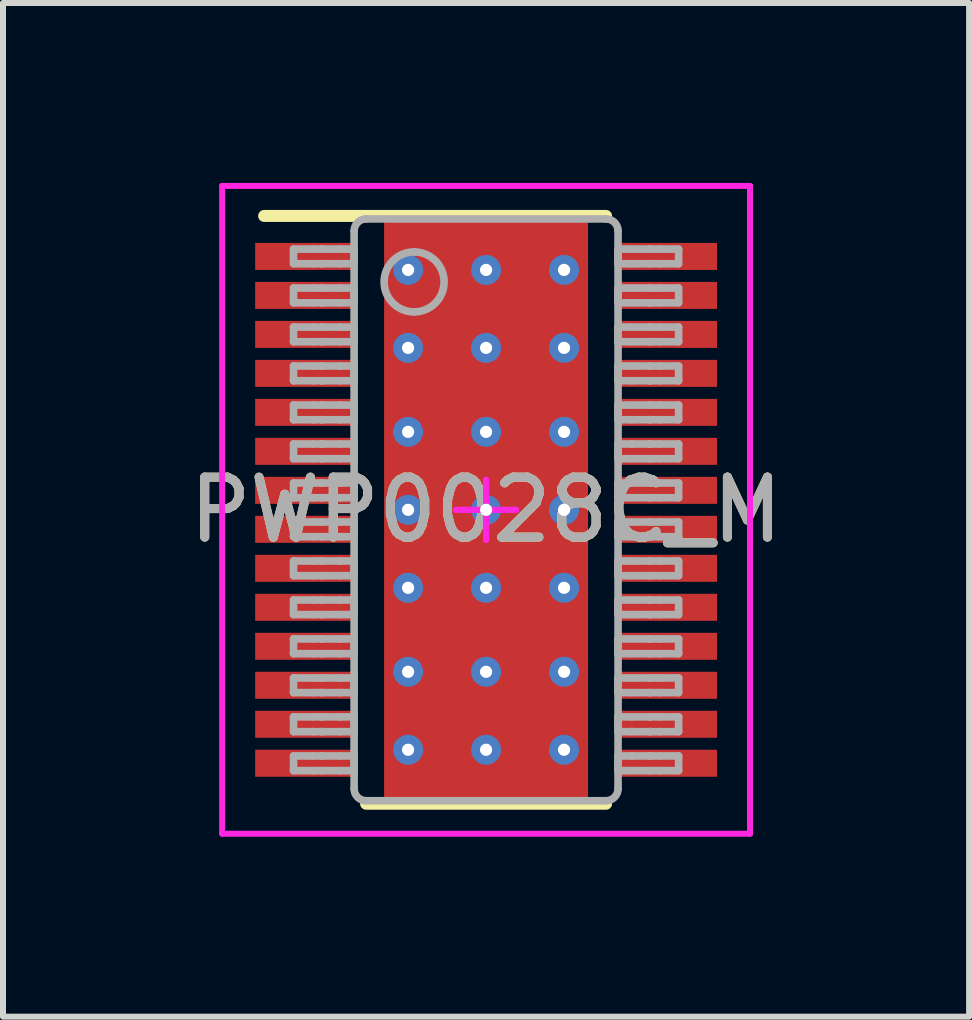
<source format=kicad_pcb>
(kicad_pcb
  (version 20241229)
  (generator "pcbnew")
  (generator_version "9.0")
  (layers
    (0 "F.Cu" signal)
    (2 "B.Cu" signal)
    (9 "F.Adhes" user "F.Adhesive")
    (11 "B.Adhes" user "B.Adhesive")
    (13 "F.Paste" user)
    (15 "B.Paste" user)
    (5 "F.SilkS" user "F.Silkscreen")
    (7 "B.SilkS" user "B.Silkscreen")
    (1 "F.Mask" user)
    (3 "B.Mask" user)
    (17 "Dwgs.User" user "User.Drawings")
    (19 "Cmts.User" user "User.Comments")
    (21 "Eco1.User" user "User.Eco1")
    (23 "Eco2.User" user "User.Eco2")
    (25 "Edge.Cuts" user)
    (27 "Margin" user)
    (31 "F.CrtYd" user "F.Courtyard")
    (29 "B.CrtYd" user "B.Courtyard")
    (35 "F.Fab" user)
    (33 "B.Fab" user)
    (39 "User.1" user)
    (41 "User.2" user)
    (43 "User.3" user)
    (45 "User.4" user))
  (footprint "PWP0028C_M"
    (layer "F.Cu")
    (at 5.054 5.45)
    (property "Reference" "PWP0028C_M" (at 0 0 0) (unlocked yes) (layer "F.SilkS") (effects (font (size 1 1) (thickness 0.15))))
    (attr smd)
    (fp_poly (pts (xy -1.55 2.543) (xy -1.55 -2.543) (xy -1.549 -2.553) (xy -1.546 -2.561) (xy -1.542 -2.569) (xy -1.536 -2.576) (xy -1.529 -2.582) (xy -1.521 -2.586) (xy -1.513 -2.589) (xy -1.504 -2.59) (xy 1.504 -2.59) (xy 1.513 -2.589) (xy 1.521 -2.586) (xy 1.529 -2.582) (xy 1.536 -2.576) (xy 1.542 -2.569) (xy 1.546 -2.561) (xy 1.549 -2.553) (xy 1.55 -2.543) (xy 1.55 2.543) (xy 1.549 2.553) (xy 1.546 2.561) (xy 1.542 2.569) (xy 1.536 2.576) (xy 1.529 2.582) (xy 1.521 2.586) (xy 1.513 2.589) (xy 1.504 2.59) (xy -1.504 2.59) (xy -1.513 2.589) (xy -1.521 2.586) (xy -1.529 2.582) (xy -1.536 2.576) (xy -1.542 2.569) (xy -1.546 2.561) (xy -1.549 2.553)) (stroke (width 0) (type solid)) (fill yes) (layer "F.Mask"))
    (fp_line (start -3.7 -4.9) (end 2 -4.9) (stroke (width 0.2) (type solid)) (layer "F.SilkS"))
    (fp_line (start -2 4.9) (end 2 4.9) (stroke (width 0.2) (type solid)) (layer "F.SilkS"))
    (fp_poly (pts (xy -1.55 2.543) (xy -1.55 -2.543) (xy -1.549 -2.553) (xy -1.546 -2.561) (xy -1.542 -2.569) (xy -1.536 -2.576) (xy -1.529 -2.582) (xy -1.521 -2.586) (xy -1.513 -2.589) (xy -1.504 -2.59) (xy 1.504 -2.59) (xy 1.513 -2.589) (xy 1.521 -2.586) (xy 1.529 -2.582) (xy 1.536 -2.576) (xy 1.542 -2.569) (xy 1.546 -2.561) (xy 1.549 -2.553) (xy 1.55 -2.543) (xy 1.55 2.543) (xy 1.549 2.553) (xy 1.546 2.561) (xy 1.542 2.569) (xy 1.536 2.576) (xy 1.529 2.582) (xy 1.521 2.586) (xy 1.513 2.589) (xy 1.504 2.59) (xy -1.504 2.59) (xy -1.513 2.589) (xy -1.521 2.586) (xy -1.529 2.582) (xy -1.536 2.576) (xy -1.542 2.569) (xy -1.546 2.561) (xy -1.549 2.553)) (stroke (width 0) (type solid)) (fill yes) (layer "F.Paste"))
    (fp_line (start -4.4 -5.4) (end 4.4 -5.4) (stroke (width 0.1) (type solid)) (layer "F.CrtYd"))
    (fp_line (start -4.4 5.4) (end -4.4 -5.4) (stroke (width 0.1) (type solid)) (layer "F.CrtYd"))
    (fp_line (start -4.4 5.4) (end 4.4 5.4) (stroke (width 0.1) (type solid)) (layer "F.CrtYd"))
    (fp_line (start -0.5 0) (end 0.5 0) (stroke (width 0.1) (type solid)) (layer "F.CrtYd"))
    (fp_line (start -0.5 0) (end 0.5 0) (stroke (width 0.1) (type solid)) (layer "F.CrtYd"))
    (fp_line (start 0 0.5) (end 0 -0.5) (stroke (width 0.1) (type solid)) (layer "F.CrtYd"))
    (fp_line (start 0 0.5) (end 0 -0.5) (stroke (width 0.1) (type solid)) (layer "F.CrtYd"))
    (fp_line (start 4.4 5.4) (end 4.4 -5.4) (stroke (width 0.1) (type solid)) (layer "F.CrtYd"))
    (fp_line (start -3.21 -4.347) (end -2.887 -4.347) (stroke (width 0.127) (type solid)) (layer "F.Fab"))
    (fp_line (start -3.21 -4.103) (end -3.21 -4.347) (stroke (width 0.127) (type solid)) (layer "F.Fab"))
    (fp_line (start -3.21 -4.103) (end -2.887 -4.103) (stroke (width 0.127) (type solid)) (layer "F.Fab"))
    (fp_line (start -3.21 -3.698) (end -2.887 -3.698) (stroke (width 0.127) (type solid)) (layer "F.Fab"))
    (fp_line (start -3.21 -3.452) (end -3.21 -3.698) (stroke (width 0.127) (type solid)) (layer "F.Fab"))
    (fp_line (start -3.21 -3.452) (end -2.887 -3.452) (stroke (width 0.127) (type solid)) (layer "F.Fab"))
    (fp_line (start -3.21 -3.047) (end -2.887 -3.047) (stroke (width 0.127) (type solid)) (layer "F.Fab"))
    (fp_line (start -3.21 -2.803) (end -3.21 -3.047) (stroke (width 0.127) (type solid)) (layer "F.Fab"))
    (fp_line (start -3.21 -2.803) (end -2.887 -2.803) (stroke (width 0.127) (type solid)) (layer "F.Fab"))
    (fp_line (start -3.21 -2.398) (end -2.887 -2.398) (stroke (width 0.127) (type solid)) (layer "F.Fab"))
    (fp_line (start -3.21 -2.152) (end -3.21 -2.398) (stroke (width 0.127) (type solid)) (layer "F.Fab"))
    (fp_line (start -3.21 -2.152) (end -2.887 -2.152) (stroke (width 0.127) (type solid)) (layer "F.Fab"))
    (fp_line (start -3.21 -1.747) (end -2.887 -1.747) (stroke (width 0.127) (type solid)) (layer "F.Fab"))
    (fp_line (start -3.21 -1.502) (end -3.21 -1.747) (stroke (width 0.127) (type solid)) (layer "F.Fab"))
    (fp_line (start -3.21 -1.502) (end -2.887 -1.502) (stroke (width 0.127) (type solid)) (layer "F.Fab"))
    (fp_line (start -3.21 -1.098) (end -2.887 -1.098) (stroke (width 0.127) (type solid)) (layer "F.Fab"))
    (fp_line (start -3.21 -0.852) (end -3.21 -1.098) (stroke (width 0.127) (type solid)) (layer "F.Fab"))
    (fp_line (start -3.21 -0.852) (end -2.887 -0.852) (stroke (width 0.127) (type solid)) (layer "F.Fab"))
    (fp_line (start -3.21 -0.447) (end -2.887 -0.447) (stroke (width 0.127) (type solid)) (layer "F.Fab"))
    (fp_line (start -3.21 -0.202) (end -3.21 -0.447) (stroke (width 0.127) (type solid)) (layer "F.Fab"))
    (fp_line (start -3.21 -0.202) (end -2.887 -0.202) (stroke (width 0.127) (type solid)) (layer "F.Fab"))
    (fp_line (start -3.21 0.203) (end -2.887 0.203) (stroke (width 0.127) (type solid)) (layer "F.Fab"))
    (fp_line (start -3.21 0.448) (end -3.21 0.203) (stroke (width 0.127) (type solid)) (layer "F.Fab"))
    (fp_line (start -3.21 0.448) (end -2.887 0.448) (stroke (width 0.127) (type solid)) (layer "F.Fab"))
    (fp_line (start -3.21 0.853) (end -2.887 0.853) (stroke (width 0.127) (type solid)) (layer "F.Fab"))
    (fp_line (start -3.21 1.098) (end -3.21 0.853) (stroke (width 0.127) (type solid)) (layer "F.Fab"))
    (fp_line (start -3.21 1.098) (end -2.887 1.098) (stroke (width 0.127) (type solid)) (layer "F.Fab"))
    (fp_line (start -3.21 1.503) (end -2.887 1.503) (stroke (width 0.127) (type solid)) (layer "F.Fab"))
    (fp_line (start -3.21 1.747) (end -3.21 1.503) (stroke (width 0.127) (type solid)) (layer "F.Fab"))
    (fp_line (start -3.21 1.747) (end -2.887 1.747) (stroke (width 0.127) (type solid)) (layer "F.Fab"))
    (fp_line (start -3.21 2.152) (end -2.887 2.152) (stroke (width 0.127) (type solid)) (layer "F.Fab"))
    (fp_line (start -3.21 2.398) (end -3.21 2.152) (stroke (width 0.127) (type solid)) (layer "F.Fab"))
    (fp_line (start -3.21 2.398) (end -2.887 2.398) (stroke (width 0.127) (type solid)) (layer "F.Fab"))
    (fp_line (start -3.21 2.803) (end -2.887 2.803) (stroke (width 0.127) (type solid)) (layer "F.Fab"))
    (fp_line (start -3.21 3.047) (end -3.21 2.803) (stroke (width 0.127) (type solid)) (layer "F.Fab"))
    (fp_line (start -3.21 3.047) (end -2.887 3.047) (stroke (width 0.127) (type solid)) (layer "F.Fab"))
    (fp_line (start -3.21 3.452) (end -2.887 3.452) (stroke (width 0.127) (type solid)) (layer "F.Fab"))
    (fp_line (start -3.21 3.698) (end -3.21 3.452) (stroke (width 0.127) (type solid)) (layer "F.Fab"))
    (fp_line (start -3.21 3.698) (end -2.887 3.698) (stroke (width 0.127) (type solid)) (layer "F.Fab"))
    (fp_line (start -3.21 4.103) (end -2.887 4.103) (stroke (width 0.127) (type solid)) (layer "F.Fab"))
    (fp_line (start -3.21 4.348) (end -3.21 4.103) (stroke (width 0.127) (type solid)) (layer "F.Fab"))
    (fp_line (start -3.21 4.348) (end -2.887 4.348) (stroke (width 0.127) (type solid)) (layer "F.Fab"))
    (fp_line (start -2.887 -4.347) (end -2.739 -4.347) (stroke (width 0.127) (type solid)) (layer "F.Fab"))
    (fp_line (start -2.887 -4.103) (end -2.739 -4.103) (stroke (width 0.127) (type solid)) (layer "F.Fab"))
    (fp_line (start -2.887 -3.698) (end -2.739 -3.698) (stroke (width 0.127) (type solid)) (layer "F.Fab"))
    (fp_line (start -2.887 -3.452) (end -2.739 -3.452) (stroke (width 0.127) (type solid)) (layer "F.Fab"))
    (fp_line (start -2.887 -3.047) (end -2.739 -3.047) (stroke (width 0.127) (type solid)) (layer "F.Fab"))
    (fp_line (start -2.887 -2.803) (end -2.739 -2.803) (stroke (width 0.127) (type solid)) (layer "F.Fab"))
    (fp_line (start -2.887 -2.398) (end -2.739 -2.398) (stroke (width 0.127) (type solid)) (layer "F.Fab"))
    (fp_line (start -2.887 -2.152) (end -2.739 -2.152) (stroke (width 0.127) (type solid)) (layer "F.Fab"))
    (fp_line (start -2.887 -1.747) (end -2.739 -1.747) (stroke (width 0.127) (type solid)) (layer "F.Fab"))
    (fp_line (start -2.887 -1.502) (end -2.739 -1.502) (stroke (width 0.127) (type solid)) (layer "F.Fab"))
    (fp_line (start -2.887 -1.098) (end -2.739 -1.098) (stroke (width 0.127) (type solid)) (layer "F.Fab"))
    (fp_line (start -2.887 -0.852) (end -2.739 -0.852) (stroke (width 0.127) (type solid)) (layer "F.Fab"))
    (fp_line (start -2.887 -0.447) (end -2.739 -0.447) (stroke (width 0.127) (type solid)) (layer "F.Fab"))
    (fp_line (start -2.887 -0.202) (end -2.739 -0.202) (stroke (width 0.127) (type solid)) (layer "F.Fab"))
    (fp_line (start -2.887 0.203) (end -2.739 0.203) (stroke (width 0.127) (type solid)) (layer "F.Fab"))
    (fp_line (start -2.887 0.448) (end -2.739 0.448) (stroke (width 0.127) (type solid)) (layer "F.Fab"))
    (fp_line (start -2.887 0.853) (end -2.739 0.853) (stroke (width 0.127) (type solid)) (layer "F.Fab"))
    (fp_line (start -2.887 1.098) (end -2.739 1.098) (stroke (width 0.127) (type solid)) (layer "F.Fab"))
    (fp_line (start -2.887 1.503) (end -2.739 1.503) (stroke (width 0.127) (type solid)) (layer "F.Fab"))
    (fp_line (start -2.887 1.747) (end -2.739 1.747) (stroke (width 0.127) (type solid)) (layer "F.Fab"))
    (fp_line (start -2.887 2.152) (end -2.739 2.152) (stroke (width 0.127) (type solid)) (layer "F.Fab"))
    (fp_line (start -2.887 2.398) (end -2.739 2.398) (stroke (width 0.127) (type solid)) (layer "F.Fab"))
    (fp_line (start -2.887 2.803) (end -2.739 2.803) (stroke (width 0.127) (type solid)) (layer "F.Fab"))
    (fp_line (start -2.887 3.047) (end -2.739 3.047) (stroke (width 0.127) (type solid)) (layer "F.Fab"))
    (fp_line (start -2.887 3.452) (end -2.739 3.452) (stroke (width 0.127) (type solid)) (layer "F.Fab"))
    (fp_line (start -2.887 3.698) (end -2.739 3.698) (stroke (width 0.127) (type solid)) (layer "F.Fab"))
    (fp_line (start -2.887 4.103) (end -2.739 4.103) (stroke (width 0.127) (type solid)) (layer "F.Fab"))
    (fp_line (start -2.887 4.348) (end -2.739 4.348) (stroke (width 0.127) (type solid)) (layer "F.Fab"))
    (fp_line (start -2.739 -4.347) (end -2.733 -4.347) (stroke (width 0.127) (type solid)) (layer "F.Fab"))
    (fp_line (start -2.739 -4.103) (end -2.733 -4.103) (stroke (width 0.127) (type solid)) (layer "F.Fab"))
    (fp_line (start -2.739 -3.698) (end -2.733 -3.698) (stroke (width 0.127) (type solid)) (layer "F.Fab"))
    (fp_line (start -2.739 -3.452) (end -2.733 -3.452) (stroke (width 0.127) (type solid)) (layer "F.Fab"))
    (fp_line (start -2.739 -3.047) (end -2.733 -3.047) (stroke (width 0.127) (type solid)) (layer "F.Fab"))
    (fp_line (start -2.739 -2.803) (end -2.733 -2.803) (stroke (width 0.127) (type solid)) (layer "F.Fab"))
    (fp_line (start -2.739 -2.398) (end -2.733 -2.398) (stroke (width 0.127) (type solid)) (layer "F.Fab"))
    (fp_line (start -2.739 -2.152) (end -2.733 -2.152) (stroke (width 0.127) (type solid)) (layer "F.Fab"))
    (fp_line (start -2.739 -1.747) (end -2.733 -1.747) (stroke (width 0.127) (type solid)) (layer "F.Fab"))
    (fp_line (start -2.739 -1.502) (end -2.733 -1.502) (stroke (width 0.127) (type solid)) (layer "F.Fab"))
    (fp_line (start -2.739 -1.098) (end -2.733 -1.098) (stroke (width 0.127) (type solid)) (layer "F.Fab"))
    (fp_line (start -2.739 -0.852) (end -2.733 -0.852) (stroke (width 0.127) (type solid)) (layer "F.Fab"))
    (fp_line (start -2.739 -0.447) (end -2.733 -0.447) (stroke (width 0.127) (type solid)) (layer "F.Fab"))
    (fp_line (start -2.739 -0.202) (end -2.733 -0.202) (stroke (width 0.127) (type solid)) (layer "F.Fab"))
    (fp_line (start -2.739 0.203) (end -2.733 0.203) (stroke (width 0.127) (type solid)) (layer "F.Fab"))
    (fp_line (start -2.739 0.448) (end -2.733 0.448) (stroke (width 0.127) (type solid)) (layer "F.Fab"))
    (fp_line (start -2.739 0.853) (end -2.733 0.853) (stroke (width 0.127) (type solid)) (layer "F.Fab"))
    (fp_line (start -2.739 1.098) (end -2.733 1.098) (stroke (width 0.127) (type solid)) (layer "F.Fab"))
    (fp_line (start -2.739 1.503) (end -2.733 1.503) (stroke (width 0.127) (type solid)) (layer "F.Fab"))
    (fp_line (start -2.739 1.747) (end -2.733 1.747) (stroke (width 0.127) (type solid)) (layer "F.Fab"))
    (fp_line (start -2.739 2.152) (end -2.733 2.152) (stroke (width 0.127) (type solid)) (layer "F.Fab"))
    (fp_line (start -2.739 2.398) (end -2.733 2.398) (stroke (width 0.127) (type solid)) (layer "F.Fab"))
    (fp_line (start -2.739 2.803) (end -2.733 2.803) (stroke (width 0.127) (type solid)) (layer "F.Fab"))
    (fp_line (start -2.739 3.047) (end -2.733 3.047) (stroke (width 0.127) (type solid)) (layer "F.Fab"))
    (fp_line (start -2.739 3.452) (end -2.733 3.452) (stroke (width 0.127) (type solid)) (layer "F.Fab"))
    (fp_line (start -2.739 3.698) (end -2.733 3.698) (stroke (width 0.127) (type solid)) (layer "F.Fab"))
    (fp_line (start -2.739 4.103) (end -2.733 4.103) (stroke (width 0.127) (type solid)) (layer "F.Fab"))
    (fp_line (start -2.739 4.348) (end -2.733 4.348) (stroke (width 0.127) (type solid)) (layer "F.Fab"))
    (fp_line (start -2.733 -4.347) (end -2.431 -4.347) (stroke (width 0.127) (type solid)) (layer "F.Fab"))
    (fp_line (start -2.733 -4.103) (end -2.431 -4.103) (stroke (width 0.127) (type solid)) (layer "F.Fab"))
    (fp_line (start -2.733 -3.698) (end -2.431 -3.698) (stroke (width 0.127) (type solid)) (layer "F.Fab"))
    (fp_line (start -2.733 -3.452) (end -2.431 -3.452) (stroke (width 0.127) (type solid)) (layer "F.Fab"))
    (fp_line (start -2.733 -3.047) (end -2.431 -3.047) (stroke (width 0.127) (type solid)) (layer "F.Fab"))
    (fp_line (start -2.733 -2.803) (end -2.431 -2.803) (stroke (width 0.127) (type solid)) (layer "F.Fab"))
    (fp_line (start -2.733 -2.398) (end -2.431 -2.398) (stroke (width 0.127) (type solid)) (layer "F.Fab"))
    (fp_line (start -2.733 -2.152) (end -2.431 -2.152) (stroke (width 0.127) (type solid)) (layer "F.Fab"))
    (fp_line (start -2.733 -1.747) (end -2.431 -1.747) (stroke (width 0.127) (type solid)) (layer "F.Fab"))
    (fp_line (start -2.733 -1.502) (end -2.431 -1.502) (stroke (width 0.127) (type solid)) (layer "F.Fab"))
    (fp_line (start -2.733 -1.098) (end -2.431 -1.098) (stroke (width 0.127) (type solid)) (layer "F.Fab"))
    (fp_line (start -2.733 -0.852) (end -2.431 -0.852) (stroke (width 0.127) (type solid)) (layer "F.Fab"))
    (fp_line (start -2.733 -0.447) (end -2.431 -0.447) (stroke (width 0.127) (type solid)) (layer "F.Fab"))
    (fp_line (start -2.733 -0.202) (end -2.431 -0.202) (stroke (width 0.127) (type solid)) (layer "F.Fab"))
    (fp_line (start -2.733 0.203) (end -2.431 0.203) (stroke (width 0.127) (type solid)) (layer "F.Fab"))
    (fp_line (start -2.733 0.448) (end -2.431 0.448) (stroke (width 0.127) (type solid)) (layer "F.Fab"))
    (fp_line (start -2.733 0.853) (end -2.431 0.853) (stroke (width 0.127) (type solid)) (layer "F.Fab"))
    (fp_line (start -2.733 1.098) (end -2.431 1.098) (stroke (width 0.127) (type solid)) (layer "F.Fab"))
    (fp_line (start -2.733 1.503) (end -2.431 1.503) (stroke (width 0.127) (type solid)) (layer "F.Fab"))
    (fp_line (start -2.733 1.747) (end -2.431 1.747) (stroke (width 0.127) (type solid)) (layer "F.Fab"))
    (fp_line (start -2.733 2.152) (end -2.431 2.152) (stroke (width 0.127) (type solid)) (layer "F.Fab"))
    (fp_line (start -2.733 2.398) (end -2.431 2.398) (stroke (width 0.127) (type solid)) (layer "F.Fab"))
    (fp_line (start -2.733 2.803) (end -2.431 2.803) (stroke (width 0.127) (type solid)) (layer "F.Fab"))
    (fp_line (start -2.733 3.047) (end -2.431 3.047) (stroke (width 0.127) (type solid)) (layer "F.Fab"))
    (fp_line (start -2.733 3.452) (end -2.431 3.452) (stroke (width 0.127) (type solid)) (layer "F.Fab"))
    (fp_line (start -2.733 3.698) (end -2.431 3.698) (stroke (width 0.127) (type solid)) (layer "F.Fab"))
    (fp_line (start -2.733 4.103) (end -2.431 4.103) (stroke (width 0.127) (type solid)) (layer "F.Fab"))
    (fp_line (start -2.733 4.348) (end -2.431 4.348) (stroke (width 0.127) (type solid)) (layer "F.Fab"))
    (fp_line (start -2.431 -4.347) (end -2.2 -4.347) (stroke (width 0.127) (type solid)) (layer "F.Fab"))
    (fp_line (start -2.431 -4.103) (end -2.2 -4.103) (stroke (width 0.127) (type solid)) (layer "F.Fab"))
    (fp_line (start -2.431 -3.698) (end -2.2 -3.698) (stroke (width 0.127) (type solid)) (layer "F.Fab"))
    (fp_line (start -2.431 -3.452) (end -2.2 -3.452) (stroke (width 0.127) (type solid)) (layer "F.Fab"))
    (fp_line (start -2.431 -3.047) (end -2.2 -3.047) (stroke (width 0.127) (type solid)) (layer "F.Fab"))
    (fp_line (start -2.431 -2.803) (end -2.2 -2.803) (stroke (width 0.127) (type solid)) (layer "F.Fab"))
    (fp_line (start -2.431 -2.398) (end -2.2 -2.398) (stroke (width 0.127) (type solid)) (layer "F.Fab"))
    (fp_line (start -2.431 -2.152) (end -2.2 -2.152) (stroke (width 0.127) (type solid)) (layer "F.Fab"))
    (fp_line (start -2.431 -1.747) (end -2.2 -1.747) (stroke (width 0.127) (type solid)) (layer "F.Fab"))
    (fp_line (start -2.431 -1.502) (end -2.2 -1.502) (stroke (width 0.127) (type solid)) (layer "F.Fab"))
    (fp_line (start -2.431 -1.098) (end -2.2 -1.098) (stroke (width 0.127) (type solid)) (layer "F.Fab"))
    (fp_line (start -2.431 -0.852) (end -2.2 -0.852) (stroke (width 0.127) (type solid)) (layer "F.Fab"))
    (fp_line (start -2.431 -0.447) (end -2.2 -0.447) (stroke (width 0.127) (type solid)) (layer "F.Fab"))
    (fp_line (start -2.431 -0.202) (end -2.2 -0.202) (stroke (width 0.127) (type solid)) (layer "F.Fab"))
    (fp_line (start -2.431 0.203) (end -2.2 0.203) (stroke (width 0.127) (type solid)) (layer "F.Fab"))
    (fp_line (start -2.431 0.448) (end -2.2 0.448) (stroke (width 0.127) (type solid)) (layer "F.Fab"))
    (fp_line (start -2.431 0.853) (end -2.2 0.853) (stroke (width 0.127) (type solid)) (layer "F.Fab"))
    (fp_line (start -2.431 1.098) (end -2.2 1.098) (stroke (width 0.127) (type solid)) (layer "F.Fab"))
    (fp_line (start -2.431 1.503) (end -2.2 1.503) (stroke (width 0.127) (type solid)) (layer "F.Fab"))
    (fp_line (start -2.431 1.747) (end -2.2 1.747) (stroke (width 0.127) (type solid)) (layer "F.Fab"))
    (fp_line (start -2.431 2.152) (end -2.2 2.152) (stroke (width 0.127) (type solid)) (layer "F.Fab"))
    (fp_line (start -2.431 2.398) (end -2.2 2.398) (stroke (width 0.127) (type solid)) (layer "F.Fab"))
    (fp_line (start -2.431 2.803) (end -2.2 2.803) (stroke (width 0.127) (type solid)) (layer "F.Fab"))
    (fp_line (start -2.431 3.047) (end -2.2 3.047) (stroke (width 0.127) (type solid)) (layer "F.Fab"))
    (fp_line (start -2.431 3.452) (end -2.2 3.452) (stroke (width 0.127) (type solid)) (layer "F.Fab"))
    (fp_line (start -2.431 3.698) (end -2.2 3.698) (stroke (width 0.127) (type solid)) (layer "F.Fab"))
    (fp_line (start -2.431 4.103) (end -2.2 4.103) (stroke (width 0.127) (type solid)) (layer "F.Fab"))
    (fp_line (start -2.431 4.348) (end -2.2 4.348) (stroke (width 0.127) (type solid)) (layer "F.Fab"))
    (fp_line (start -2.2 -4.103) (end -2.2 -4.347) (stroke (width 0.127) (type solid)) (layer "F.Fab"))
    (fp_line (start -2.2 -3.452) (end -2.2 -3.698) (stroke (width 0.127) (type solid)) (layer "F.Fab"))
    (fp_line (start -2.2 -2.803) (end -2.2 -3.047) (stroke (width 0.127) (type solid)) (layer "F.Fab"))
    (fp_line (start -2.2 -2.152) (end -2.2 -2.398) (stroke (width 0.127) (type solid)) (layer "F.Fab"))
    (fp_line (start -2.2 -1.502) (end -2.2 -1.747) (stroke (width 0.127) (type solid)) (layer "F.Fab"))
    (fp_line (start -2.2 -0.852) (end -2.2 -1.098) (stroke (width 0.127) (type solid)) (layer "F.Fab"))
    (fp_line (start -2.2 -0.202) (end -2.2 -0.447) (stroke (width 0.127) (type solid)) (layer "F.Fab"))
    (fp_line (start -2.2 0.448) (end -2.2 0.203) (stroke (width 0.127) (type solid)) (layer "F.Fab"))
    (fp_line (start -2.2 1.098) (end -2.2 0.853) (stroke (width 0.127) (type solid)) (layer "F.Fab"))
    (fp_line (start -2.2 1.747) (end -2.2 1.503) (stroke (width 0.127) (type solid)) (layer "F.Fab"))
    (fp_line (start -2.2 2.398) (end -2.2 2.152) (stroke (width 0.127) (type solid)) (layer "F.Fab"))
    (fp_line (start -2.2 3.047) (end -2.2 2.803) (stroke (width 0.127) (type solid)) (layer "F.Fab"))
    (fp_line (start -2.2 3.698) (end -2.2 3.452) (stroke (width 0.127) (type solid)) (layer "F.Fab"))
    (fp_line (start -2.2 4.348) (end -2.2 4.103) (stroke (width 0.127) (type solid)) (layer "F.Fab"))
    (fp_line (start -2.2 4.65) (end -2.2 -4.65) (stroke (width 0.127) (type solid)) (layer "F.Fab"))
    (fp_line (start -2 -4.85) (end 2 -4.85) (stroke (width 0.127) (type solid)) (layer "F.Fab"))
    (fp_line (start -2 4.85) (end 2 4.85) (stroke (width 0.127) (type solid)) (layer "F.Fab"))
    (fp_line (start 2.2 -4.347) (end 2.43 -4.347) (stroke (width 0.127) (type solid)) (layer "F.Fab"))
    (fp_line (start 2.2 -4.103) (end 2.2 -4.347) (stroke (width 0.127) (type solid)) (layer "F.Fab"))
    (fp_line (start 2.2 -4.103) (end 2.43 -4.103) (stroke (width 0.127) (type solid)) (layer "F.Fab"))
    (fp_line (start 2.2 -3.698) (end 2.43 -3.698) (stroke (width 0.127) (type solid)) (layer "F.Fab"))
    (fp_line (start 2.2 -3.452) (end 2.2 -3.698) (stroke (width 0.127) (type solid)) (layer "F.Fab"))
    (fp_line (start 2.2 -3.452) (end 2.43 -3.452) (stroke (width 0.127) (type solid)) (layer "F.Fab"))
    (fp_line (start 2.2 -3.047) (end 2.43 -3.047) (stroke (width 0.127) (type solid)) (layer "F.Fab"))
    (fp_line (start 2.2 -2.803) (end 2.2 -3.047) (stroke (width 0.127) (type solid)) (layer "F.Fab"))
    (fp_line (start 2.2 -2.803) (end 2.43 -2.803) (stroke (width 0.127) (type solid)) (layer "F.Fab"))
    (fp_line (start 2.2 -2.398) (end 2.43 -2.398) (stroke (width 0.127) (type solid)) (layer "F.Fab"))
    (fp_line (start 2.2 -2.152) (end 2.2 -2.398) (stroke (width 0.127) (type solid)) (layer "F.Fab"))
    (fp_line (start 2.2 -2.152) (end 2.43 -2.152) (stroke (width 0.127) (type solid)) (layer "F.Fab"))
    (fp_line (start 2.2 -1.747) (end 2.43 -1.747) (stroke (width 0.127) (type solid)) (layer "F.Fab"))
    (fp_line (start 2.2 -1.502) (end 2.2 -1.747) (stroke (width 0.127) (type solid)) (layer "F.Fab"))
    (fp_line (start 2.2 -1.502) (end 2.43 -1.502) (stroke (width 0.127) (type solid)) (layer "F.Fab"))
    (fp_line (start 2.2 -1.098) (end 2.43 -1.098) (stroke (width 0.127) (type solid)) (layer "F.Fab"))
    (fp_line (start 2.2 -0.852) (end 2.2 -1.098) (stroke (width 0.127) (type solid)) (layer "F.Fab"))
    (fp_line (start 2.2 -0.852) (end 2.43 -0.852) (stroke (width 0.127) (type solid)) (layer "F.Fab"))
    (fp_line (start 2.2 -0.447) (end 2.43 -0.447) (stroke (width 0.127) (type solid)) (layer "F.Fab"))
    (fp_line (start 2.2 -0.202) (end 2.2 -0.447) (stroke (width 0.127) (type solid)) (layer "F.Fab"))
    (fp_line (start 2.2 -0.202) (end 2.43 -0.202) (stroke (width 0.127) (type solid)) (layer "F.Fab"))
    (fp_line (start 2.2 0.203) (end 2.43 0.203) (stroke (width 0.127) (type solid)) (layer "F.Fab"))
    (fp_line (start 2.2 0.448) (end 2.2 0.203) (stroke (width 0.127) (type solid)) (layer "F.Fab"))
    (fp_line (start 2.2 0.448) (end 2.43 0.448) (stroke (width 0.127) (type solid)) (layer "F.Fab"))
    (fp_line (start 2.2 0.853) (end 2.43 0.853) (stroke (width 0.127) (type solid)) (layer "F.Fab"))
    (fp_line (start 2.2 1.098) (end 2.2 0.853) (stroke (width 0.127) (type solid)) (layer "F.Fab"))
    (fp_line (start 2.2 1.098) (end 2.43 1.098) (stroke (width 0.127) (type solid)) (layer "F.Fab"))
    (fp_line (start 2.2 1.503) (end 2.43 1.503) (stroke (width 0.127) (type solid)) (layer "F.Fab"))
    (fp_line (start 2.2 1.747) (end 2.2 1.503) (stroke (width 0.127) (type solid)) (layer "F.Fab"))
    (fp_line (start 2.2 1.747) (end 2.43 1.747) (stroke (width 0.127) (type solid)) (layer "F.Fab"))
    (fp_line (start 2.2 2.152) (end 2.43 2.152) (stroke (width 0.127) (type solid)) (layer "F.Fab"))
    (fp_line (start 2.2 2.398) (end 2.2 2.152) (stroke (width 0.127) (type solid)) (layer "F.Fab"))
    (fp_line (start 2.2 2.398) (end 2.43 2.398) (stroke (width 0.127) (type solid)) (layer "F.Fab"))
    (fp_line (start 2.2 2.803) (end 2.43 2.803) (stroke (width 0.127) (type solid)) (layer "F.Fab"))
    (fp_line (start 2.2 3.047) (end 2.2 2.803) (stroke (width 0.127) (type solid)) (layer "F.Fab"))
    (fp_line (start 2.2 3.047) (end 2.43 3.047) (stroke (width 0.127) (type solid)) (layer "F.Fab"))
    (fp_line (start 2.2 3.452) (end 2.43 3.452) (stroke (width 0.127) (type solid)) (layer "F.Fab"))
    (fp_line (start 2.2 3.698) (end 2.2 3.452) (stroke (width 0.127) (type solid)) (layer "F.Fab"))
    (fp_line (start 2.2 3.698) (end 2.43 3.698) (stroke (width 0.127) (type solid)) (layer "F.Fab"))
    (fp_line (start 2.2 4.103) (end 2.43 4.103) (stroke (width 0.127) (type solid)) (layer "F.Fab"))
    (fp_line (start 2.2 4.348) (end 2.2 4.103) (stroke (width 0.127) (type solid)) (layer "F.Fab"))
    (fp_line (start 2.2 4.348) (end 2.43 4.348) (stroke (width 0.127) (type solid)) (layer "F.Fab"))
    (fp_line (start 2.2 4.65) (end 2.2 -4.65) (stroke (width 0.127) (type solid)) (layer "F.Fab"))
    (fp_line (start 2.43 -4.347) (end 2.733 -4.347) (stroke (width 0.127) (type solid)) (layer "F.Fab"))
    (fp_line (start 2.43 -4.103) (end 2.733 -4.103) (stroke (width 0.127) (type solid)) (layer "F.Fab"))
    (fp_line (start 2.43 -3.698) (end 2.733 -3.698) (stroke (width 0.127) (type solid)) (layer "F.Fab"))
    (fp_line (start 2.43 -3.452) (end 2.733 -3.452) (stroke (width 0.127) (type solid)) (layer "F.Fab"))
    (fp_line (start 2.43 -3.047) (end 2.733 -3.047) (stroke (width 0.127) (type solid)) (layer "F.Fab"))
    (fp_line (start 2.43 -2.803) (end 2.733 -2.803) (stroke (width 0.127) (type solid)) (layer "F.Fab"))
    (fp_line (start 2.43 -2.398) (end 2.733 -2.398) (stroke (width 0.127) (type solid)) (layer "F.Fab"))
    (fp_line (start 2.43 -2.152) (end 2.733 -2.152) (stroke (width 0.127) (type solid)) (layer "F.Fab"))
    (fp_line (start 2.43 -1.747) (end 2.733 -1.747) (stroke (width 0.127) (type solid)) (layer "F.Fab"))
    (fp_line (start 2.43 -1.502) (end 2.733 -1.502) (stroke (width 0.127) (type solid)) (layer "F.Fab"))
    (fp_line (start 2.43 -1.098) (end 2.733 -1.098) (stroke (width 0.127) (type solid)) (layer "F.Fab"))
    (fp_line (start 2.43 -0.852) (end 2.733 -0.852) (stroke (width 0.127) (type solid)) (layer "F.Fab"))
    (fp_line (start 2.43 -0.447) (end 2.733 -0.447) (stroke (width 0.127) (type solid)) (layer "F.Fab"))
    (fp_line (start 2.43 -0.202) (end 2.733 -0.202) (stroke (width 0.127) (type solid)) (layer "F.Fab"))
    (fp_line (start 2.43 0.203) (end 2.733 0.203) (stroke (width 0.127) (type solid)) (layer "F.Fab"))
    (fp_line (start 2.43 0.448) (end 2.733 0.448) (stroke (width 0.127) (type solid)) (layer "F.Fab"))
    (fp_line (start 2.43 0.853) (end 2.733 0.853) (stroke (width 0.127) (type solid)) (layer "F.Fab"))
    (fp_line (start 2.43 1.098) (end 2.733 1.098) (stroke (width 0.127) (type solid)) (layer "F.Fab"))
    (fp_line (start 2.43 1.503) (end 2.733 1.503) (stroke (width 0.127) (type solid)) (layer "F.Fab"))
    (fp_line (start 2.43 1.747) (end 2.733 1.747) (stroke (width 0.127) (type solid)) (layer "F.Fab"))
    (fp_line (start 2.43 2.152) (end 2.733 2.152) (stroke (width 0.127) (type solid)) (layer "F.Fab"))
    (fp_line (start 2.43 2.398) (end 2.733 2.398) (stroke (width 0.127) (type solid)) (layer "F.Fab"))
    (fp_line (start 2.43 2.803) (end 2.733 2.803) (stroke (width 0.127) (type solid)) (layer "F.Fab"))
    (fp_line (start 2.43 3.047) (end 2.733 3.047) (stroke (width 0.127) (type solid)) (layer "F.Fab"))
    (fp_line (start 2.43 3.452) (end 2.733 3.452) (stroke (width 0.127) (type solid)) (layer "F.Fab"))
    (fp_line (start 2.43 3.698) (end 2.733 3.698) (stroke (width 0.127) (type solid)) (layer "F.Fab"))
    (fp_line (start 2.43 4.103) (end 2.733 4.103) (stroke (width 0.127) (type solid)) (layer "F.Fab"))
    (fp_line (start 2.43 4.348) (end 2.733 4.348) (stroke (width 0.127) (type solid)) (layer "F.Fab"))
    (fp_line (start 2.733 -4.347) (end 2.739 -4.347) (stroke (width 0.127) (type solid)) (layer "F.Fab"))
    (fp_line (start 2.733 -4.103) (end 2.739 -4.103) (stroke (width 0.127) (type solid)) (layer "F.Fab"))
    (fp_line (start 2.733 -3.698) (end 2.739 -3.698) (stroke (width 0.127) (type solid)) (layer "F.Fab"))
    (fp_line (start 2.733 -3.452) (end 2.739 -3.452) (stroke (width 0.127) (type solid)) (layer "F.Fab"))
    (fp_line (start 2.733 -3.047) (end 2.739 -3.047) (stroke (width 0.127) (type solid)) (layer "F.Fab"))
    (fp_line (start 2.733 -2.803) (end 2.739 -2.803) (stroke (width 0.127) (type solid)) (layer "F.Fab"))
    (fp_line (start 2.733 -2.398) (end 2.739 -2.398) (stroke (width 0.127) (type solid)) (layer "F.Fab"))
    (fp_line (start 2.733 -2.152) (end 2.739 -2.152) (stroke (width 0.127) (type solid)) (layer "F.Fab"))
    (fp_line (start 2.733 -1.747) (end 2.739 -1.747) (stroke (width 0.127) (type solid)) (layer "F.Fab"))
    (fp_line (start 2.733 -1.502) (end 2.739 -1.502) (stroke (width 0.127) (type solid)) (layer "F.Fab"))
    (fp_line (start 2.733 -1.098) (end 2.739 -1.098) (stroke (width 0.127) (type solid)) (layer "F.Fab"))
    (fp_line (start 2.733 -0.852) (end 2.739 -0.852) (stroke (width 0.127) (type solid)) (layer "F.Fab"))
    (fp_line (start 2.733 -0.447) (end 2.739 -0.447) (stroke (width 0.127) (type solid)) (layer "F.Fab"))
    (fp_line (start 2.733 -0.202) (end 2.739 -0.202) (stroke (width 0.127) (type solid)) (layer "F.Fab"))
    (fp_line (start 2.733 0.203) (end 2.739 0.203) (stroke (width 0.127) (type solid)) (layer "F.Fab"))
    (fp_line (start 2.733 0.448) (end 2.739 0.448) (stroke (width 0.127) (type solid)) (layer "F.Fab"))
    (fp_line (start 2.733 0.853) (end 2.739 0.853) (stroke (width 0.127) (type solid)) (layer "F.Fab"))
    (fp_line (start 2.733 1.098) (end 2.739 1.098) (stroke (width 0.127) (type solid)) (layer "F.Fab"))
    (fp_line (start 2.733 1.503) (end 2.739 1.503) (stroke (width 0.127) (type solid)) (layer "F.Fab"))
    (fp_line (start 2.733 1.747) (end 2.739 1.747) (stroke (width 0.127) (type solid)) (layer "F.Fab"))
    (fp_line (start 2.733 2.152) (end 2.739 2.152) (stroke (width 0.127) (type solid)) (layer "F.Fab"))
    (fp_line (start 2.733 2.398) (end 2.739 2.398) (stroke (width 0.127) (type solid)) (layer "F.Fab"))
    (fp_line (start 2.733 2.803) (end 2.739 2.803) (stroke (width 0.127) (type solid)) (layer "F.Fab"))
    (fp_line (start 2.733 3.047) (end 2.739 3.047) (stroke (width 0.127) (type solid)) (layer "F.Fab"))
    (fp_line (start 2.733 3.452) (end 2.739 3.452) (stroke (width 0.127) (type solid)) (layer "F.Fab"))
    (fp_line (start 2.733 3.698) (end 2.739 3.698) (stroke (width 0.127) (type solid)) (layer "F.Fab"))
    (fp_line (start 2.733 4.103) (end 2.739 4.103) (stroke (width 0.127) (type solid)) (layer "F.Fab"))
    (fp_line (start 2.733 4.348) (end 2.739 4.348) (stroke (width 0.127) (type solid)) (layer "F.Fab"))
    (fp_line (start 2.739 -4.347) (end 2.887 -4.347) (stroke (width 0.127) (type solid)) (layer "F.Fab"))
    (fp_line (start 2.739 -4.103) (end 2.887 -4.103) (stroke (width 0.127) (type solid)) (layer "F.Fab"))
    (fp_line (start 2.739 -3.698) (end 2.887 -3.698) (stroke (width 0.127) (type solid)) (layer "F.Fab"))
    (fp_line (start 2.739 -3.452) (end 2.887 -3.452) (stroke (width 0.127) (type solid)) (layer "F.Fab"))
    (fp_line (start 2.739 -3.047) (end 2.887 -3.047) (stroke (width 0.127) (type solid)) (layer "F.Fab"))
    (fp_line (start 2.739 -2.803) (end 2.887 -2.803) (stroke (width 0.127) (type solid)) (layer "F.Fab"))
    (fp_line (start 2.739 -2.398) (end 2.887 -2.398) (stroke (width 0.127) (type solid)) (layer "F.Fab"))
    (fp_line (start 2.739 -2.152) (end 2.887 -2.152) (stroke (width 0.127) (type solid)) (layer "F.Fab"))
    (fp_line (start 2.739 -1.747) (end 2.887 -1.747) (stroke (width 0.127) (type solid)) (layer "F.Fab"))
    (fp_line (start 2.739 -1.502) (end 2.887 -1.502) (stroke (width 0.127) (type solid)) (layer "F.Fab"))
    (fp_line (start 2.739 -1.098) (end 2.887 -1.098) (stroke (width 0.127) (type solid)) (layer "F.Fab"))
    (fp_line (start 2.739 -0.852) (end 2.887 -0.852) (stroke (width 0.127) (type solid)) (layer "F.Fab"))
    (fp_line (start 2.739 -0.447) (end 2.887 -0.447) (stroke (width 0.127) (type solid)) (layer "F.Fab"))
    (fp_line (start 2.739 -0.202) (end 2.887 -0.202) (stroke (width 0.127) (type solid)) (layer "F.Fab"))
    (fp_line (start 2.739 0.203) (end 2.887 0.203) (stroke (width 0.127) (type solid)) (layer "F.Fab"))
    (fp_line (start 2.739 0.448) (end 2.887 0.448) (stroke (width 0.127) (type solid)) (layer "F.Fab"))
    (fp_line (start 2.739 0.853) (end 2.887 0.853) (stroke (width 0.127) (type solid)) (layer "F.Fab"))
    (fp_line (start 2.739 1.098) (end 2.887 1.098) (stroke (width 0.127) (type solid)) (layer "F.Fab"))
    (fp_line (start 2.739 1.503) (end 2.887 1.503) (stroke (width 0.127) (type solid)) (layer "F.Fab"))
    (fp_line (start 2.739 1.747) (end 2.887 1.747) (stroke (width 0.127) (type solid)) (layer "F.Fab"))
    (fp_line (start 2.739 2.152) (end 2.887 2.152) (stroke (width 0.127) (type solid)) (layer "F.Fab"))
    (fp_line (start 2.739 2.398) (end 2.887 2.398) (stroke (width 0.127) (type solid)) (layer "F.Fab"))
    (fp_line (start 2.739 2.803) (end 2.887 2.803) (stroke (width 0.127) (type solid)) (layer "F.Fab"))
    (fp_line (start 2.739 3.047) (end 2.887 3.047) (stroke (width 0.127) (type solid)) (layer "F.Fab"))
    (fp_line (start 2.739 3.452) (end 2.887 3.452) (stroke (width 0.127) (type solid)) (layer "F.Fab"))
    (fp_line (start 2.739 3.698) (end 2.887 3.698) (stroke (width 0.127) (type solid)) (layer "F.Fab"))
    (fp_line (start 2.739 4.103) (end 2.887 4.103) (stroke (width 0.127) (type solid)) (layer "F.Fab"))
    (fp_line (start 2.739 4.348) (end 2.887 4.348) (stroke (width 0.127) (type solid)) (layer "F.Fab"))
    (fp_line (start 2.887 -4.347) (end 3.21 -4.347) (stroke (width 0.127) (type solid)) (layer "F.Fab"))
    (fp_line (start 2.887 -4.103) (end 3.21 -4.103) (stroke (width 0.127) (type solid)) (layer "F.Fab"))
    (fp_line (start 2.887 -3.698) (end 3.21 -3.698) (stroke (width 0.127) (type solid)) (layer "F.Fab"))
    (fp_line (start 2.887 -3.452) (end 3.21 -3.452) (stroke (width 0.127) (type solid)) (layer "F.Fab"))
    (fp_line (start 2.887 -3.047) (end 3.21 -3.047) (stroke (width 0.127) (type solid)) (layer "F.Fab"))
    (fp_line (start 2.887 -2.803) (end 3.21 -2.803) (stroke (width 0.127) (type solid)) (layer "F.Fab"))
    (fp_line (start 2.887 -2.398) (end 3.21 -2.398) (stroke (width 0.127) (type solid)) (layer "F.Fab"))
    (fp_line (start 2.887 -2.152) (end 3.21 -2.152) (stroke (width 0.127) (type solid)) (layer "F.Fab"))
    (fp_line (start 2.887 -1.747) (end 3.21 -1.747) (stroke (width 0.127) (type solid)) (layer "F.Fab"))
    (fp_line (start 2.887 -1.502) (end 3.21 -1.502) (stroke (width 0.127) (type solid)) (layer "F.Fab"))
    (fp_line (start 2.887 -1.098) (end 3.21 -1.098) (stroke (width 0.127) (type solid)) (layer "F.Fab"))
    (fp_line (start 2.887 -0.852) (end 3.21 -0.852) (stroke (width 0.127) (type solid)) (layer "F.Fab"))
    (fp_line (start 2.887 -0.447) (end 3.21 -0.447) (stroke (width 0.127) (type solid)) (layer "F.Fab"))
    (fp_line (start 2.887 -0.202) (end 3.21 -0.202) (stroke (width 0.127) (type solid)) (layer "F.Fab"))
    (fp_line (start 2.887 0.203) (end 3.21 0.203) (stroke (width 0.127) (type solid)) (layer "F.Fab"))
    (fp_line (start 2.887 0.448) (end 3.21 0.448) (stroke (width 0.127) (type solid)) (layer "F.Fab"))
    (fp_line (start 2.887 0.853) (end 3.21 0.853) (stroke (width 0.127) (type solid)) (layer "F.Fab"))
    (fp_line (start 2.887 1.098) (end 3.21 1.098) (stroke (width 0.127) (type solid)) (layer "F.Fab"))
    (fp_line (start 2.887 1.503) (end 3.21 1.503) (stroke (width 0.127) (type solid)) (layer "F.Fab"))
    (fp_line (start 2.887 1.747) (end 3.21 1.747) (stroke (width 0.127) (type solid)) (layer "F.Fab"))
    (fp_line (start 2.887 2.152) (end 3.21 2.152) (stroke (width 0.127) (type solid)) (layer "F.Fab"))
    (fp_line (start 2.887 2.398) (end 3.21 2.398) (stroke (width 0.127) (type solid)) (layer "F.Fab"))
    (fp_line (start 2.887 2.803) (end 3.21 2.803) (stroke (width 0.127) (type solid)) (layer "F.Fab"))
    (fp_line (start 2.887 3.047) (end 3.21 3.047) (stroke (width 0.127) (type solid)) (layer "F.Fab"))
    (fp_line (start 2.887 3.452) (end 3.21 3.452) (stroke (width 0.127) (type solid)) (layer "F.Fab"))
    (fp_line (start 2.887 3.698) (end 3.21 3.698) (stroke (width 0.127) (type solid)) (layer "F.Fab"))
    (fp_line (start 2.887 4.103) (end 3.21 4.103) (stroke (width 0.127) (type solid)) (layer "F.Fab"))
    (fp_line (start 2.887 4.348) (end 3.21 4.348) (stroke (width 0.127) (type solid)) (layer "F.Fab"))
    (fp_line (start 3.21 -4.103) (end 3.21 -4.347) (stroke (width 0.127) (type solid)) (layer "F.Fab"))
    (fp_line (start 3.21 -3.452) (end 3.21 -3.698) (stroke (width 0.127) (type solid)) (layer "F.Fab"))
    (fp_line (start 3.21 -2.803) (end 3.21 -3.047) (stroke (width 0.127) (type solid)) (layer "F.Fab"))
    (fp_line (start 3.21 -2.152) (end 3.21 -2.398) (stroke (width 0.127) (type solid)) (layer "F.Fab"))
    (fp_line (start 3.21 -1.502) (end 3.21 -1.747) (stroke (width 0.127) (type solid)) (layer "F.Fab"))
    (fp_line (start 3.21 -0.852) (end 3.21 -1.098) (stroke (width 0.127) (type solid)) (layer "F.Fab"))
    (fp_line (start 3.21 -0.202) (end 3.21 -0.447) (stroke (width 0.127) (type solid)) (layer "F.Fab"))
    (fp_line (start 3.21 0.448) (end 3.21 0.203) (stroke (width 0.127) (type solid)) (layer "F.Fab"))
    (fp_line (start 3.21 1.098) (end 3.21 0.853) (stroke (width 0.127) (type solid)) (layer "F.Fab"))
    (fp_line (start 3.21 1.747) (end 3.21 1.503) (stroke (width 0.127) (type solid)) (layer "F.Fab"))
    (fp_line (start 3.21 2.398) (end 3.21 2.152) (stroke (width 0.127) (type solid)) (layer "F.Fab"))
    (fp_line (start 3.21 3.047) (end 3.21 2.803) (stroke (width 0.127) (type solid)) (layer "F.Fab"))
    (fp_line (start 3.21 3.698) (end 3.21 3.452) (stroke (width 0.127) (type solid)) (layer "F.Fab"))
    (fp_line (start 3.21 4.348) (end 3.21 4.103) (stroke (width 0.127) (type solid)) (layer "F.Fab"))
    (fp_arc (start -2.200001 -4.650001) (mid -2.141422 -4.791422) (end -2.000001 -4.85) (stroke (width 0.127) (type solid)) (layer "F.Fab"))
    (fp_arc (start -2.000001 4.850006) (mid -2.141422 4.791427) (end -2.200001 4.650006) (stroke (width 0.127) (type solid)) (layer "F.Fab"))
    (fp_arc (start -1.200003 -4.299989) (mid -0.700004 -3.79999) (end -1.200003 -3.299991) (stroke (width 0.127) (type solid)) (layer "F.Fab"))
    (fp_arc (start -1.200003 -3.299991) (mid -1.700002 -3.79999) (end -1.200003 -4.299989) (stroke (width 0.127) (type solid)) (layer "F.Fab"))
    (fp_arc (start 1.999991 -4.85) (mid 2.141412 -4.791422) (end 2.199991 -4.650001) (stroke (width 0.127) (type solid)) (layer "F.Fab"))
    (fp_arc (start 2.199991 4.650006) (mid 2.141412 4.791427) (end 1.999991 4.850006) (stroke (width 0.127) (type solid)) (layer "F.Fab"))
    (fp_text user "${REFERENCE}" (at 0 0 0) (unlocked yes) (layer "F.Fab") (effects (font (size 1 1) (thickness 0.15))))
    (pad "1" smd rect (at -3.05 -4.225 90) (size 0.45 1.6) (layers "F.Cu" "F.Mask" "F.Paste"))
    (pad "2" smd rect (at -3.05 -3.575 90) (size 0.45 1.6) (layers "F.Cu" "F.Mask" "F.Paste"))
    (pad "3" smd rect (at -3.05 -2.925 90) (size 0.45 1.6) (layers "F.Cu" "F.Mask" "F.Paste"))
    (pad "4" smd rect (at -3.05 -2.275 90) (size 0.45 1.6) (layers "F.Cu" "F.Mask" "F.Paste"))
    (pad "5" smd rect (at -3.05 -1.625 90) (size 0.45 1.6) (layers "F.Cu" "F.Mask" "F.Paste"))
    (pad "6" smd rect (at -3.05 -0.975 90) (size 0.45 1.6) (layers "F.Cu" "F.Mask" "F.Paste"))
    (pad "7" smd rect (at -3.05 -0.325 90) (size 0.45 1.6) (layers "F.Cu" "F.Mask" "F.Paste"))
    (pad "8" smd rect (at -3.05 0.325 90) (size 0.45 1.6) (layers "F.Cu" "F.Mask" "F.Paste"))
    (pad "9" smd rect (at -3.05 0.975 90) (size 0.45 1.6) (layers "F.Cu" "F.Mask" "F.Paste"))
    (pad "10" smd rect (at -3.05 1.625 90) (size 0.45 1.6) (layers "F.Cu" "F.Mask" "F.Paste"))
    (pad "11" smd rect (at -3.05 2.275 90) (size 0.45 1.6) (layers "F.Cu" "F.Mask" "F.Paste"))
    (pad "12" smd rect (at -3.05 2.925 90) (size 0.45 1.6) (layers "F.Cu" "F.Mask" "F.Paste"))
    (pad "13" smd rect (at -3.05 3.575 90) (size 0.45 1.6) (layers "F.Cu" "F.Mask" "F.Paste"))
    (pad "14" smd rect (at -3.05 4.225 90) (size 0.45 1.6) (layers "F.Cu" "F.Mask" "F.Paste"))
    (pad "15" smd rect (at 3.05 4.225 90) (size 0.45 1.6) (layers "F.Cu" "F.Mask" "F.Paste"))
    (pad "16" smd rect (at 3.05 3.575 90) (size 0.45 1.6) (layers "F.Cu" "F.Mask" "F.Paste"))
    (pad "17" smd rect (at 3.05 2.925 90) (size 0.45 1.6) (layers "F.Cu" "F.Mask" "F.Paste"))
    (pad "18" smd rect (at 3.05 2.275 90) (size 0.45 1.6) (layers "F.Cu" "F.Mask" "F.Paste"))
    (pad "19" smd rect (at 3.05 1.625 90) (size 0.45 1.6) (layers "F.Cu" "F.Mask" "F.Paste"))
    (pad "20" smd rect (at 3.05 0.975 90) (size 0.45 1.6) (layers "F.Cu" "F.Mask" "F.Paste"))
    (pad "21" smd rect (at 3.05 0.325 90) (size 0.45 1.6) (layers "F.Cu" "F.Mask" "F.Paste"))
    (pad "22" smd rect (at 3.05 -0.325 90) (size 0.45 1.6) (layers "F.Cu" "F.Mask" "F.Paste"))
    (pad "23" smd rect (at 3.05 -0.975 90) (size 0.45 1.6) (layers "F.Cu" "F.Mask" "F.Paste"))
    (pad "24" smd rect (at 3.05 -1.625 90) (size 0.45 1.6) (layers "F.Cu" "F.Mask" "F.Paste"))
    (pad "25" smd rect (at 3.05 -2.275 90) (size 0.45 1.6) (layers "F.Cu" "F.Mask" "F.Paste"))
    (pad "26" smd rect (at 3.05 -2.925 90) (size 0.45 1.6) (layers "F.Cu" "F.Mask" "F.Paste"))
    (pad "27" smd rect (at 3.05 -3.575 90) (size 0.45 1.6) (layers "F.Cu" "F.Mask" "F.Paste"))
    (pad "28" smd rect (at 3.05 -4.225 90) (size 0.45 1.6) (layers "F.Cu" "F.Mask" "F.Paste"))
    (pad "29" smd rect (at 0 0) (size 3.4 9.7) (layers "F.Cu" "F.Mask" "F.Paste"))
    (pad "V" thru_hole circle (at -1.3 -4) (size 0.5 0.5) (drill 0.203) (layers "*.Cu" "*.Mask"))
    (pad "V" thru_hole circle (at -1.3 -2.7) (size 0.5 0.5) (drill 0.203) (layers "*.Cu" "*.Mask"))
    (pad "V" thru_hole circle (at -1.3 -1.3) (size 0.5 0.5) (drill 0.203) (layers "*.Cu" "*.Mask"))
    (pad "V" thru_hole circle (at -1.3 0) (size 0.5 0.5) (drill 0.203) (layers "*.Cu" "*.Mask"))
    (pad "V" thru_hole circle (at -1.3 1.3) (size 0.5 0.5) (drill 0.203) (layers "*.Cu" "*.Mask"))
    (pad "V" thru_hole circle (at -1.3 2.7) (size 0.5 0.5) (drill 0.203) (layers "*.Cu" "*.Mask"))
    (pad "V" thru_hole circle (at -1.3 4) (size 0.5 0.5) (drill 0.203) (layers "*.Cu" "*.Mask"))
    (pad "V" thru_hole circle (at 0 -2.7) (size 0.5 0.5) (drill 0.203) (layers "*.Cu" "*.Mask"))
    (pad "V" thru_hole circle (at 0.000003 -4) (size 0.5 0.5) (drill 0.203) (layers "*.Cu" "*.Mask"))
    (pad "V" thru_hole circle (at 0.000003 -1.3) (size 0.5 0.5) (drill 0.203) (layers "*.Cu" "*.Mask"))
    (pad "V" thru_hole circle (at 0.000003 0) (size 0.5 0.5) (drill 0.203) (layers "*.Cu" "*.Mask"))
    (pad "V" thru_hole circle (at 0.000003 1.3) (size 0.5 0.5) (drill 0.203) (layers "*.Cu" "*.Mask"))
    (pad "V" thru_hole circle (at 0.000003 2.7) (size 0.5 0.5) (drill 0.203) (layers "*.Cu" "*.Mask"))
    (pad "V" thru_hole circle (at 0.000005 4) (size 0.5 0.5) (drill 0.203) (layers "*.Cu" "*.Mask"))
    (pad "V" thru_hole circle (at 1.3 -4) (size 0.5 0.5) (drill 0.203) (layers "*.Cu" "*.Mask"))
    (pad "V" thru_hole circle (at 1.3 -2.7) (size 0.5 0.5) (drill 0.203) (layers "*.Cu" "*.Mask"))
    (pad "V" thru_hole circle (at 1.3 -1.3) (size 0.5 0.5) (drill 0.203) (layers "*.Cu" "*.Mask"))
    (pad "V" thru_hole circle (at 1.3 0) (size 0.5 0.5) (drill 0.203) (layers "*.Cu" "*.Mask"))
    (pad "V" thru_hole circle (at 1.3 1.3) (size 0.5 0.5) (drill 0.203) (layers "*.Cu" "*.Mask"))
    (pad "V" thru_hole circle (at 1.3 2.7) (size 0.5 0.5) (drill 0.203) (layers "*.Cu" "*.Mask"))
    (pad "V" thru_hole circle (at 1.3 4) (size 0.5 0.5) (drill 0.203) (layers "*.Cu" "*.Mask")))
  (gr_rect
    (start -3 -3)
    (end 13.107 13.9)
    (stroke (width 0.1) (type default))
    (fill no)
    (layer "Edge.Cuts")))
</source>
